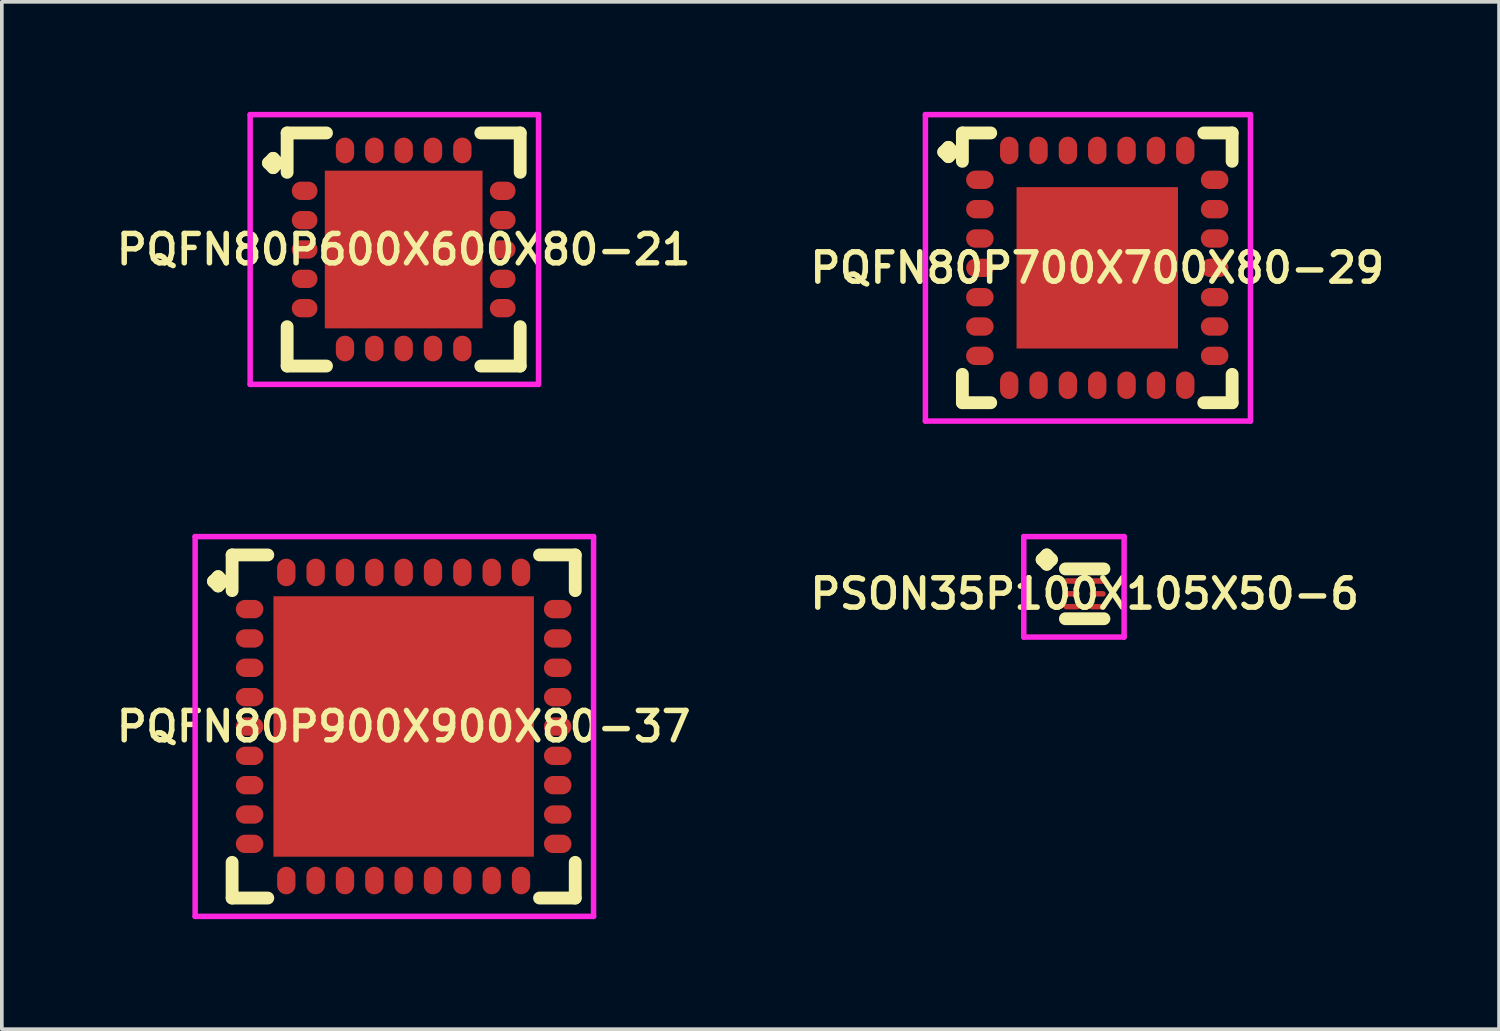
<source format=kicad_pcb>
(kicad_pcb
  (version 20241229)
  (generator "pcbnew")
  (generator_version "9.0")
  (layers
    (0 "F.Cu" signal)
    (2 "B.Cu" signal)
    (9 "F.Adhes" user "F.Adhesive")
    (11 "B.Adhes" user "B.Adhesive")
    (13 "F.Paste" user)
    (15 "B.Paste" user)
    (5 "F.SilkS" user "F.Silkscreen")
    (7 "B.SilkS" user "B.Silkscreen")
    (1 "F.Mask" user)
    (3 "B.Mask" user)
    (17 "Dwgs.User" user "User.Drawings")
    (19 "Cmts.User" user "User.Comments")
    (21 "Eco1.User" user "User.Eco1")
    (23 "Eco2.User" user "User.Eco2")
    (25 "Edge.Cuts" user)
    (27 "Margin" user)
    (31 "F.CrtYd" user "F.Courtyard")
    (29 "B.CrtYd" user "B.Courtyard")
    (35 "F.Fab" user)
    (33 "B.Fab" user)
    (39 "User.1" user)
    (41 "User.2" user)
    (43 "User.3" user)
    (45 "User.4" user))
  (footprint "PQFN80P700X700X80-29"
    (layer "F.Cu")
    (at 26.864 4.252)
    (property "Reference" "PQFN80P700X700X80-29" (at 0 0 0) (layer "F.SilkS") (effects (font (size 0.8 0.8) (thickness 0.15))))
    (attr smd)
    (fp_line (start -4.185 -3.158) (end -4.058 -3.285) (stroke (width 0.35) (type solid)) (layer "F.SilkS"))
    (fp_line (start -4.058 -3.285) (end -3.931 -3.158) (stroke (width 0.35) (type solid)) (layer "F.SilkS"))
    (fp_line (start -4.058 -3.031) (end -4.185 -3.158) (stroke (width 0.35) (type solid)) (layer "F.SilkS"))
    (fp_line (start -3.931 -3.158) (end -4.058 -3.031) (stroke (width 0.35) (type solid)) (layer "F.SilkS"))
    (fp_line (start -3.677 -3.677) (end -2.904 -3.677) (stroke (width 0.35) (type solid)) (layer "F.SilkS"))
    (fp_line (start -3.677 -2.904) (end -3.677 -3.677) (stroke (width 0.35) (type solid)) (layer "F.SilkS"))
    (fp_line (start -3.677 2.904) (end -3.677 3.677) (stroke (width 0.35) (type solid)) (layer "F.SilkS"))
    (fp_line (start -3.677 3.677) (end -2.904 3.677) (stroke (width 0.35) (type solid)) (layer "F.SilkS"))
    (fp_line (start 2.904 -3.677) (end 3.677 -3.677) (stroke (width 0.35) (type solid)) (layer "F.SilkS"))
    (fp_line (start 2.904 3.677) (end 3.677 3.677) (stroke (width 0.35) (type solid)) (layer "F.SilkS"))
    (fp_line (start 3.677 -3.677) (end 3.677 -2.904) (stroke (width 0.35) (type solid)) (layer "F.SilkS"))
    (fp_line (start 3.677 3.677) (end 3.677 2.904) (stroke (width 0.35) (type solid)) (layer "F.SilkS"))
    (fp_line (start -4.685 -4.177) (end 4.177 -4.177) (stroke (width 0.15) (type solid)) (layer "F.CrtYd"))
    (fp_line (start -4.685 4.177) (end -4.685 -4.177) (stroke (width 0.15) (type solid)) (layer "F.CrtYd"))
    (fp_line (start 4.177 -4.177) (end 4.177 4.177) (stroke (width 0.15) (type solid)) (layer "F.CrtYd"))
    (fp_line (start 4.177 4.177) (end -4.685 4.177) (stroke (width 0.15) (type solid)) (layer "F.CrtYd"))
    (pad "1" smd oval (at -3.2 -2.4) (size 0.75 0.5) (layers "F.Cu" "F.Mask" "F.Paste"))
    (pad "2" smd oval (at -3.2 -1.6) (size 0.75 0.5) (layers "F.Cu" "F.Mask" "F.Paste"))
    (pad "3" smd oval (at -3.2 -0.8) (size 0.75 0.5) (layers "F.Cu" "F.Mask" "F.Paste"))
    (pad "4" smd oval (at -3.2 0) (size 0.75 0.5) (layers "F.Cu" "F.Mask" "F.Paste"))
    (pad "5" smd oval (at -3.2 0.8) (size 0.75 0.5) (layers "F.Cu" "F.Mask" "F.Paste"))
    (pad "6" smd oval (at -3.2 1.6) (size 0.75 0.5) (layers "F.Cu" "F.Mask" "F.Paste"))
    (pad "7" smd oval (at -3.2 2.4) (size 0.75 0.5) (layers "F.Cu" "F.Mask" "F.Paste"))
    (pad "8" smd oval (at -2.4 3.2) (size 0.5 0.75) (layers "F.Cu" "F.Mask" "F.Paste"))
    (pad "9" smd oval (at -1.6 3.2) (size 0.5 0.75) (layers "F.Cu" "F.Mask" "F.Paste"))
    (pad "10" smd oval (at -0.8 3.2) (size 0.5 0.75) (layers "F.Cu" "F.Mask" "F.Paste"))
    (pad "11" smd oval (at 0 3.2) (size 0.5 0.75) (layers "F.Cu" "F.Mask" "F.Paste"))
    (pad "12" smd oval (at 0.8 3.2) (size 0.5 0.75) (layers "F.Cu" "F.Mask" "F.Paste"))
    (pad "13" smd oval (at 1.6 3.2) (size 0.5 0.75) (layers "F.Cu" "F.Mask" "F.Paste"))
    (pad "14" smd oval (at 2.4 3.2) (size 0.5 0.75) (layers "F.Cu" "F.Mask" "F.Paste"))
    (pad "15" smd oval (at 3.2 2.4) (size 0.75 0.5) (layers "F.Cu" "F.Mask" "F.Paste"))
    (pad "16" smd oval (at 3.2 1.6) (size 0.75 0.5) (layers "F.Cu" "F.Mask" "F.Paste"))
    (pad "17" smd oval (at 3.2 0.8) (size 0.75 0.5) (layers "F.Cu" "F.Mask" "F.Paste"))
    (pad "18" smd oval (at 3.2 0) (size 0.75 0.5) (layers "F.Cu" "F.Mask" "F.Paste"))
    (pad "19" smd oval (at 3.2 -0.8) (size 0.75 0.5) (layers "F.Cu" "F.Mask" "F.Paste"))
    (pad "20" smd oval (at 3.2 -1.6) (size 0.75 0.5) (layers "F.Cu" "F.Mask" "F.Paste"))
    (pad "21" smd oval (at 3.2 -2.4) (size 0.75 0.5) (layers "F.Cu" "F.Mask" "F.Paste"))
    (pad "22" smd oval (at 2.4 -3.2) (size 0.5 0.75) (layers "F.Cu" "F.Mask" "F.Paste"))
    (pad "23" smd oval (at 1.6 -3.2) (size 0.5 0.75) (layers "F.Cu" "F.Mask" "F.Paste"))
    (pad "24" smd oval (at 0.8 -3.2) (size 0.5 0.75) (layers "F.Cu" "F.Mask" "F.Paste"))
    (pad "25" smd oval (at 0 -3.2) (size 0.5 0.75) (layers "F.Cu" "F.Mask" "F.Paste"))
    (pad "26" smd oval (at -0.8 -3.2) (size 0.5 0.75) (layers "F.Cu" "F.Mask" "F.Paste"))
    (pad "27" smd oval (at -1.6 -3.2) (size 0.5 0.75) (layers "F.Cu" "F.Mask" "F.Paste"))
    (pad "28" smd oval (at -2.4 -3.2) (size 0.5 0.75) (layers "F.Cu" "F.Mask" "F.Paste"))
    (pad "29" smd rect (at 0 0) (size 4.4 4.4) (layers "F.Cu" "F.Mask" "F.Paste")))
  (footprint "PQFN80P900X900X80-37"
    (layer "F.Cu")
    (at 7.955 16.756)
    (property "Reference" "PQFN80P900X900X80-37" (at 0 0 0) (layer "F.SilkS") (effects (font (size 0.8 0.8) (thickness 0.15))))
    (attr smd)
    (fp_line (start -5.185 -3.958) (end -5.058 -4.085) (stroke (width 0.35) (type solid)) (layer "F.SilkS"))
    (fp_line (start -5.058 -4.085) (end -4.931 -3.958) (stroke (width 0.35) (type solid)) (layer "F.SilkS"))
    (fp_line (start -5.058 -3.831) (end -5.185 -3.958) (stroke (width 0.35) (type solid)) (layer "F.SilkS"))
    (fp_line (start -4.931 -3.958) (end -5.058 -3.831) (stroke (width 0.35) (type solid)) (layer "F.SilkS"))
    (fp_line (start -4.677 -4.677) (end -3.704 -4.677) (stroke (width 0.35) (type solid)) (layer "F.SilkS"))
    (fp_line (start -4.677 -3.704) (end -4.677 -4.677) (stroke (width 0.35) (type solid)) (layer "F.SilkS"))
    (fp_line (start -4.677 3.704) (end -4.677 4.677) (stroke (width 0.35) (type solid)) (layer "F.SilkS"))
    (fp_line (start -4.677 4.677) (end -3.704 4.677) (stroke (width 0.35) (type solid)) (layer "F.SilkS"))
    (fp_line (start 3.704 -4.677) (end 4.677 -4.677) (stroke (width 0.35) (type solid)) (layer "F.SilkS"))
    (fp_line (start 3.704 4.677) (end 4.677 4.677) (stroke (width 0.35) (type solid)) (layer "F.SilkS"))
    (fp_line (start 4.677 -4.677) (end 4.677 -3.704) (stroke (width 0.35) (type solid)) (layer "F.SilkS"))
    (fp_line (start 4.677 4.677) (end 4.677 3.704) (stroke (width 0.35) (type solid)) (layer "F.SilkS"))
    (fp_line (start -5.685 -5.177) (end 5.177 -5.177) (stroke (width 0.15) (type solid)) (layer "F.CrtYd"))
    (fp_line (start -5.685 5.177) (end -5.685 -5.177) (stroke (width 0.15) (type solid)) (layer "F.CrtYd"))
    (fp_line (start 5.177 -5.177) (end 5.177 5.177) (stroke (width 0.15) (type solid)) (layer "F.CrtYd"))
    (fp_line (start 5.177 5.177) (end -5.685 5.177) (stroke (width 0.15) (type solid)) (layer "F.CrtYd"))
    (pad "1" smd oval (at -4.2 -3.2) (size 0.75 0.5) (layers "F.Cu" "F.Mask" "F.Paste"))
    (pad "2" smd oval (at -4.2 -2.4) (size 0.75 0.5) (layers "F.Cu" "F.Mask" "F.Paste"))
    (pad "3" smd oval (at -4.2 -1.6) (size 0.75 0.5) (layers "F.Cu" "F.Mask" "F.Paste"))
    (pad "4" smd oval (at -4.2 -0.8) (size 0.75 0.5) (layers "F.Cu" "F.Mask" "F.Paste"))
    (pad "5" smd oval (at -4.2 0) (size 0.75 0.5) (layers "F.Cu" "F.Mask" "F.Paste"))
    (pad "6" smd oval (at -4.2 0.8) (size 0.75 0.5) (layers "F.Cu" "F.Mask" "F.Paste"))
    (pad "7" smd oval (at -4.2 1.6) (size 0.75 0.5) (layers "F.Cu" "F.Mask" "F.Paste"))
    (pad "8" smd oval (at -4.2 2.4) (size 0.75 0.5) (layers "F.Cu" "F.Mask" "F.Paste"))
    (pad "9" smd oval (at -4.2 3.2) (size 0.75 0.5) (layers "F.Cu" "F.Mask" "F.Paste"))
    (pad "10" smd oval (at -3.2 4.2) (size 0.5 0.75) (layers "F.Cu" "F.Mask" "F.Paste"))
    (pad "11" smd oval (at -2.4 4.2) (size 0.5 0.75) (layers "F.Cu" "F.Mask" "F.Paste"))
    (pad "12" smd oval (at -1.6 4.2) (size 0.5 0.75) (layers "F.Cu" "F.Mask" "F.Paste"))
    (pad "13" smd oval (at -0.8 4.2) (size 0.5 0.75) (layers "F.Cu" "F.Mask" "F.Paste"))
    (pad "14" smd oval (at 0 4.2) (size 0.5 0.75) (layers "F.Cu" "F.Mask" "F.Paste"))
    (pad "15" smd oval (at 0.8 4.2) (size 0.5 0.75) (layers "F.Cu" "F.Mask" "F.Paste"))
    (pad "16" smd oval (at 1.6 4.2) (size 0.5 0.75) (layers "F.Cu" "F.Mask" "F.Paste"))
    (pad "17" smd oval (at 2.4 4.2) (size 0.5 0.75) (layers "F.Cu" "F.Mask" "F.Paste"))
    (pad "18" smd oval (at 3.2 4.2) (size 0.5 0.75) (layers "F.Cu" "F.Mask" "F.Paste"))
    (pad "19" smd oval (at 4.2 3.2) (size 0.75 0.5) (layers "F.Cu" "F.Mask" "F.Paste"))
    (pad "20" smd oval (at 4.2 2.4) (size 0.75 0.5) (layers "F.Cu" "F.Mask" "F.Paste"))
    (pad "21" smd oval (at 4.2 1.6) (size 0.75 0.5) (layers "F.Cu" "F.Mask" "F.Paste"))
    (pad "22" smd oval (at 4.2 0.8) (size 0.75 0.5) (layers "F.Cu" "F.Mask" "F.Paste"))
    (pad "23" smd oval (at 4.2 0) (size 0.75 0.5) (layers "F.Cu" "F.Mask" "F.Paste"))
    (pad "24" smd oval (at 4.2 -0.8) (size 0.75 0.5) (layers "F.Cu" "F.Mask" "F.Paste"))
    (pad "25" smd oval (at 4.2 -1.6) (size 0.75 0.5) (layers "F.Cu" "F.Mask" "F.Paste"))
    (pad "26" smd oval (at 4.2 -2.4) (size 0.75 0.5) (layers "F.Cu" "F.Mask" "F.Paste"))
    (pad "27" smd oval (at 4.2 -3.2) (size 0.75 0.5) (layers "F.Cu" "F.Mask" "F.Paste"))
    (pad "28" smd oval (at 3.2 -4.2) (size 0.5 0.75) (layers "F.Cu" "F.Mask" "F.Paste"))
    (pad "29" smd oval (at 2.4 -4.2) (size 0.5 0.75) (layers "F.Cu" "F.Mask" "F.Paste"))
    (pad "30" smd oval (at 1.6 -4.2) (size 0.5 0.75) (layers "F.Cu" "F.Mask" "F.Paste"))
    (pad "31" smd oval (at 0.8 -4.2) (size 0.5 0.75) (layers "F.Cu" "F.Mask" "F.Paste"))
    (pad "32" smd oval (at 0 -4.2) (size 0.5 0.75) (layers "F.Cu" "F.Mask" "F.Paste"))
    (pad "33" smd oval (at -0.8 -4.2) (size 0.5 0.75) (layers "F.Cu" "F.Mask" "F.Paste"))
    (pad "34" smd oval (at -1.6 -4.2) (size 0.5 0.75) (layers "F.Cu" "F.Mask" "F.Paste"))
    (pad "35" smd oval (at -2.4 -4.2) (size 0.5 0.75) (layers "F.Cu" "F.Mask" "F.Paste"))
    (pad "36" smd oval (at -3.2 -4.2) (size 0.5 0.75) (layers "F.Cu" "F.Mask" "F.Paste"))
    (pad "37" smd rect (at 0 0) (size 7.1 7.1) (layers "F.Cu" "F.Mask" "F.Paste")))
  (footprint "PQFN80P600X600X80-21"
    (layer "F.Cu")
    (at 7.955 3.752)
    (property "Reference" "PQFN80P600X600X80-21" (at 0 0 0) (layer "F.SilkS") (effects (font (size 0.8 0.8) (thickness 0.15))))
    (attr smd)
    (fp_line (start -3.685 -2.358) (end -3.558 -2.485) (stroke (width 0.35) (type solid)) (layer "F.SilkS"))
    (fp_line (start -3.558 -2.485) (end -3.431 -2.358) (stroke (width 0.35) (type solid)) (layer "F.SilkS"))
    (fp_line (start -3.558 -2.231) (end -3.685 -2.358) (stroke (width 0.35) (type solid)) (layer "F.SilkS"))
    (fp_line (start -3.431 -2.358) (end -3.558 -2.231) (stroke (width 0.35) (type solid)) (layer "F.SilkS"))
    (fp_line (start -3.177 -3.177) (end -2.104 -3.177) (stroke (width 0.35) (type solid)) (layer "F.SilkS"))
    (fp_line (start -3.177 -2.104) (end -3.177 -3.177) (stroke (width 0.35) (type solid)) (layer "F.SilkS"))
    (fp_line (start -3.177 2.104) (end -3.177 3.177) (stroke (width 0.35) (type solid)) (layer "F.SilkS"))
    (fp_line (start -3.177 3.177) (end -2.104 3.177) (stroke (width 0.35) (type solid)) (layer "F.SilkS"))
    (fp_line (start 2.104 -3.177) (end 3.177 -3.177) (stroke (width 0.35) (type solid)) (layer "F.SilkS"))
    (fp_line (start 2.104 3.177) (end 3.177 3.177) (stroke (width 0.35) (type solid)) (layer "F.SilkS"))
    (fp_line (start 3.177 -3.177) (end 3.177 -2.104) (stroke (width 0.35) (type solid)) (layer "F.SilkS"))
    (fp_line (start 3.177 3.177) (end 3.177 2.104) (stroke (width 0.35) (type solid)) (layer "F.SilkS"))
    (fp_line (start -4.185 -3.677) (end 3.677 -3.677) (stroke (width 0.15) (type solid)) (layer "F.CrtYd"))
    (fp_line (start -4.185 3.677) (end -4.185 -3.677) (stroke (width 0.15) (type solid)) (layer "F.CrtYd"))
    (fp_line (start 3.677 -3.677) (end 3.677 3.677) (stroke (width 0.15) (type solid)) (layer "F.CrtYd"))
    (fp_line (start 3.677 3.677) (end -4.185 3.677) (stroke (width 0.15) (type solid)) (layer "F.CrtYd"))
    (pad "1" smd oval (at -2.7 -1.6) (size 0.7 0.5) (layers "F.Cu" "F.Mask" "F.Paste"))
    (pad "2" smd oval (at -2.7 -0.8) (size 0.7 0.5) (layers "F.Cu" "F.Mask" "F.Paste"))
    (pad "3" smd oval (at -2.7 0) (size 0.7 0.5) (layers "F.Cu" "F.Mask" "F.Paste"))
    (pad "4" smd oval (at -2.7 0.8) (size 0.7 0.5) (layers "F.Cu" "F.Mask" "F.Paste"))
    (pad "5" smd oval (at -2.7 1.6) (size 0.7 0.5) (layers "F.Cu" "F.Mask" "F.Paste"))
    (pad "6" smd oval (at -1.6 2.7) (size 0.5 0.7) (layers "F.Cu" "F.Mask" "F.Paste"))
    (pad "7" smd oval (at -0.8 2.7) (size 0.5 0.7) (layers "F.Cu" "F.Mask" "F.Paste"))
    (pad "8" smd oval (at 0 2.7) (size 0.5 0.7) (layers "F.Cu" "F.Mask" "F.Paste"))
    (pad "9" smd oval (at 0.8 2.7) (size 0.5 0.7) (layers "F.Cu" "F.Mask" "F.Paste"))
    (pad "10" smd oval (at 1.6 2.7) (size 0.5 0.7) (layers "F.Cu" "F.Mask" "F.Paste"))
    (pad "11" smd oval (at 2.7 1.6) (size 0.7 0.5) (layers "F.Cu" "F.Mask" "F.Paste"))
    (pad "12" smd oval (at 2.7 0.8) (size 0.7 0.5) (layers "F.Cu" "F.Mask" "F.Paste"))
    (pad "13" smd oval (at 2.7 0) (size 0.7 0.5) (layers "F.Cu" "F.Mask" "F.Paste"))
    (pad "14" smd oval (at 2.7 -0.8) (size 0.7 0.5) (layers "F.Cu" "F.Mask" "F.Paste"))
    (pad "15" smd oval (at 2.7 -1.6) (size 0.7 0.5) (layers "F.Cu" "F.Mask" "F.Paste"))
    (pad "16" smd oval (at 1.6 -2.7) (size 0.5 0.7) (layers "F.Cu" "F.Mask" "F.Paste"))
    (pad "17" smd oval (at 0.8 -2.7) (size 0.5 0.7) (layers "F.Cu" "F.Mask" "F.Paste"))
    (pad "18" smd oval (at 0 -2.7) (size 0.5 0.7) (layers "F.Cu" "F.Mask" "F.Paste"))
    (pad "19" smd oval (at -0.8 -2.7) (size 0.5 0.7) (layers "F.Cu" "F.Mask" "F.Paste"))
    (pad "20" smd oval (at -1.6 -2.7) (size 0.5 0.7) (layers "F.Cu" "F.Mask" "F.Paste"))
    (pad "21" smd rect (at 0 0) (size 4.3 4.3) (layers "F.Cu" "F.Mask" "F.Paste")))
  (footprint "PSON35P100X105X50-6"
    (layer "F.Cu")
    (at 26.521 13.139)
    (property "Reference" "PSON35P100X105X50-6" (at 0 0 0) (layer "F.SilkS") (effects (font (size 0.8 0.8) (thickness 0.15))))
    (attr smd)
    (fp_line (start -1.16 -0.933) (end -1.033 -1.06) (stroke (width 0.35) (type solid)) (layer "F.SilkS"))
    (fp_line (start -1.033 -1.06) (end -0.906 -0.933) (stroke (width 0.35) (type solid)) (layer "F.SilkS"))
    (fp_line (start -1.033 -0.806) (end -1.16 -0.933) (stroke (width 0.35) (type solid)) (layer "F.SilkS"))
    (fp_line (start -0.906 -0.933) (end -1.033 -0.806) (stroke (width 0.35) (type solid)) (layer "F.SilkS"))
    (fp_line (start -0.525 -0.679) (end 0.525 -0.679) (stroke (width 0.35) (type solid)) (layer "F.SilkS"))
    (fp_line (start -0.525 0.679) (end 0.525 0.679) (stroke (width 0.35) (type solid)) (layer "F.SilkS"))
    (fp_line (start -1.66 -1.56) (end 1.075 -1.56) (stroke (width 0.15) (type solid)) (layer "F.CrtYd"))
    (fp_line (start -1.66 1.179) (end -1.66 -1.56) (stroke (width 0.15) (type solid)) (layer "F.CrtYd"))
    (fp_line (start 1.075 -1.56) (end 1.075 1.179) (stroke (width 0.15) (type solid)) (layer "F.CrtYd"))
    (fp_line (start 1.075 1.179) (end -1.66 1.179) (stroke (width 0.15) (type solid)) (layer "F.CrtYd"))
    (pad "1" smd oval (at -0.35 -0.35) (size 0.45 0.15) (layers "F.Cu" "F.Mask" "F.Paste"))
    (pad "2" smd oval (at -0.35 0) (size 0.45 0.15) (layers "F.Cu" "F.Mask" "F.Paste"))
    (pad "3" smd oval (at -0.35 0.35) (size 0.45 0.15) (layers "F.Cu" "F.Mask" "F.Paste"))
    (pad "4" smd oval (at 0.35 0.35) (size 0.45 0.15) (layers "F.Cu" "F.Mask" "F.Paste"))
    (pad "5" smd oval (at 0.35 0) (size 0.45 0.15) (layers "F.Cu" "F.Mask" "F.Paste"))
    (pad "6" smd oval (at 0.35 -0.35) (size 0.45 0.15) (layers "F.Cu" "F.Mask" "F.Paste")))
  (gr_rect
    (start -3 -3)
    (end 37.818 25.008)
    (stroke (width 0.1) (type default))
    (fill no)
    (layer "Edge.Cuts")))
</source>
